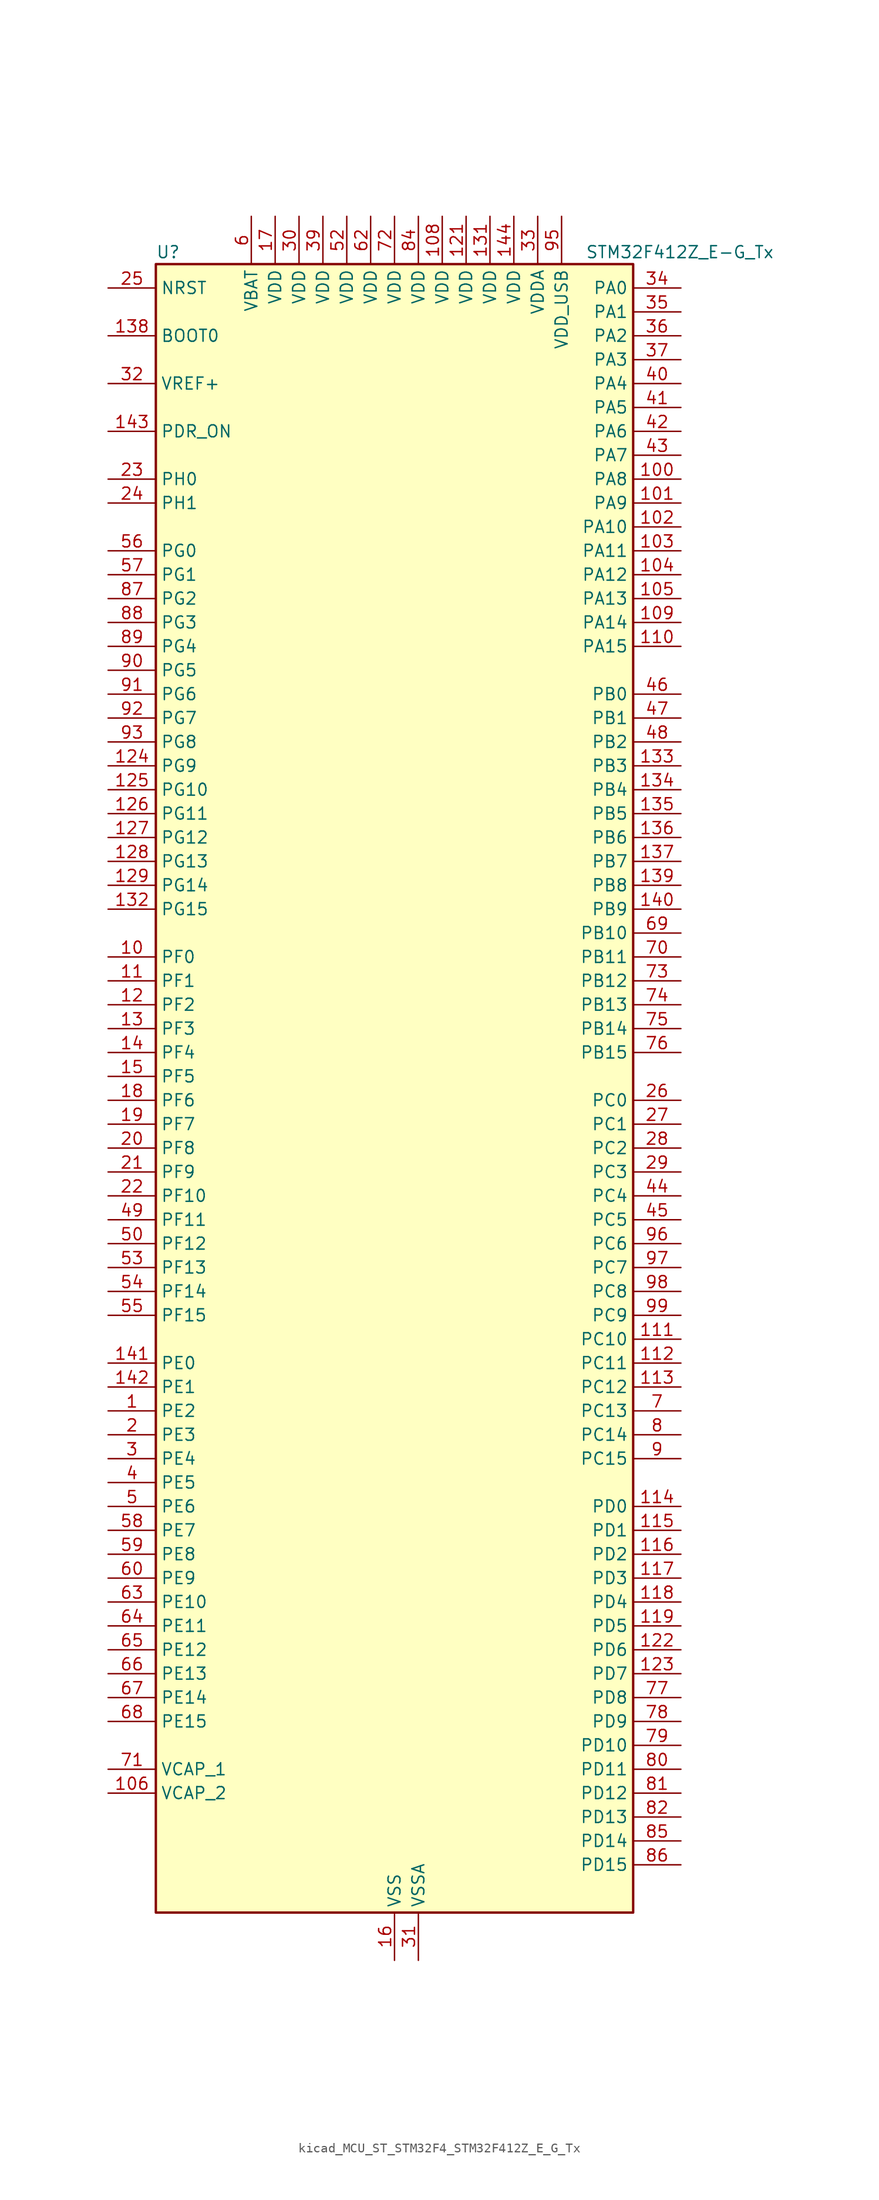
<source format=kicad_sym>
(kicad_symbol_lib
  (version 20220914)
  (generator kicad_symbol_editor)
  (symbol "kicad_MCU_ST_STM32F4_STM32F412Z_E_G_Tx"
    (property "Reference" "U"
      (at -25.4 90.17 0)
      (effects (font (size 1.27 1.27)) (justify left)))
    (property "Value" "STM32F412Z_E-G_Tx"
      (at 20.32 90.17 0)
      (effects (font (size 1.27 1.27)) (justify left)))
    (property "ki_locked" ""
      (at 0 0 0)
      (effects (font (size 1.27 1.27))))
    (symbol "kicad_MCU_ST_STM32F4_STM32F412Z_E_G_Tx_0_1"
      (rectangle (start -25.4 -86.36) (end 25.4 88.9) (stroke (width 0.254) (type default)) (fill (type background))))
    (symbol "kicad_MCU_ST_STM32F4_STM32F412Z_E_G_Tx_1_1"
      (pin bidirectional line (at -30.48 -33.02 0) (length 5.08) (name "PE2" (effects (font (size 1.27 1.27)))) (number "1" (effects (font (size 1.27 1.27)))) (alternate "FSMC_A23" bidirectional line) (alternate "I2S4_CK" bidirectional line) (alternate "I2S5_CK" bidirectional line) (alternate "QUADSPI_BK1_IO2" bidirectional line) (alternate "SPI4_SCK" bidirectional line) (alternate "SPI5_SCK" bidirectional line) (alternate "SYS_TRACECLK" bidirectional line))
      (pin bidirectional line (at -30.48 15.24 0) (length 5.08) (name "PF0" (effects (font (size 1.27 1.27)))) (number "10" (effects (font (size 1.27 1.27)))) (alternate "FSMC_A0" bidirectional line) (alternate "I2C2_SDA" bidirectional line))
      (pin bidirectional line (at 30.48 66.04 180) (length 5.08) (name "PA8" (effects (font (size 1.27 1.27)))) (number "100" (effects (font (size 1.27 1.27)))) (alternate "I2C3_SCL" bidirectional line) (alternate "RCC_MCO_1" bidirectional line) (alternate "SDIO_D1" bidirectional line) (alternate "TIM1_CH1" bidirectional line) (alternate "USART1_CK" bidirectional line) (alternate "USB_OTG_FS_SOF" bidirectional line))
      (pin bidirectional line (at 30.48 63.5 180) (length 5.08) (name "PA9" (effects (font (size 1.27 1.27)))) (number "101" (effects (font (size 1.27 1.27)))) (alternate "I2C3_SMBA" bidirectional line) (alternate "SDIO_D2" bidirectional line) (alternate "TIM1_CH2" bidirectional line) (alternate "USART1_TX" bidirectional line) (alternate "USB_OTG_FS_VBUS" bidirectional line))
      (pin bidirectional line (at 30.48 60.96 180) (length 5.08) (name "PA10" (effects (font (size 1.27 1.27)))) (number "102" (effects (font (size 1.27 1.27)))) (alternate "I2S5_SD" bidirectional line) (alternate "SPI5_MOSI" bidirectional line) (alternate "TIM1_CH3" bidirectional line) (alternate "USART1_RX" bidirectional line) (alternate "USB_OTG_FS_ID" bidirectional line))
      (pin bidirectional line (at 30.48 58.42 180) (length 5.08) (name "PA11" (effects (font (size 1.27 1.27)))) (number "103" (effects (font (size 1.27 1.27)))) (alternate "ADC1_EXTI11" bidirectional line) (alternate "CAN1_RX" bidirectional line) (alternate "SPI4_MISO" bidirectional line) (alternate "TIM1_CH4" bidirectional line) (alternate "USART1_CTS" bidirectional line) (alternate "USART6_TX" bidirectional line) (alternate "USB_OTG_FS_DM" bidirectional line))
      (pin bidirectional line (at 30.48 55.88 180) (length 5.08) (name "PA12" (effects (font (size 1.27 1.27)))) (number "104" (effects (font (size 1.27 1.27)))) (alternate "CAN1_TX" bidirectional line) (alternate "SPI5_MISO" bidirectional line) (alternate "TIM1_ETR" bidirectional line) (alternate "USART1_RTS" bidirectional line) (alternate "USART6_RX" bidirectional line) (alternate "USB_OTG_FS_DP" bidirectional line))
      (pin bidirectional line (at 30.48 53.34 180) (length 5.08) (name "PA13" (effects (font (size 1.27 1.27)))) (number "105" (effects (font (size 1.27 1.27)))) (alternate "SYS_JTMS-SWDIO" bidirectional line))
      (pin power_out line (at -30.48 -73.66 0) (length 5.08) (name "VCAP_2" (effects (font (size 1.27 1.27)))) (number "106" (effects (font (size 1.27 1.27)))))
      (pin passive line (at 0 -91.44 90) (length 5.08) hide (name "VSS" (effects (font (size 1.27 1.27)))) (number "107" (effects (font (size 1.27 1.27)))))
      (pin power_in line (at 5.08 93.98 270) (length 5.08) (name "VDD" (effects (font (size 1.27 1.27)))) (number "108" (effects (font (size 1.27 1.27)))))
      (pin bidirectional line (at 30.48 50.8 180) (length 5.08) (name "PA14" (effects (font (size 1.27 1.27)))) (number "109" (effects (font (size 1.27 1.27)))) (alternate "SYS_JTCK-SWCLK" bidirectional line))
      (pin bidirectional line (at -30.48 12.7 0) (length 5.08) (name "PF1" (effects (font (size 1.27 1.27)))) (number "11" (effects (font (size 1.27 1.27)))) (alternate "FSMC_A1" bidirectional line) (alternate "I2C2_SCL" bidirectional line))
      (pin bidirectional line (at 30.48 48.26 180) (length 5.08) (name "PA15" (effects (font (size 1.27 1.27)))) (number "110" (effects (font (size 1.27 1.27)))) (alternate "ADC1_EXTI15" bidirectional line) (alternate "I2S1_WS" bidirectional line) (alternate "I2S3_WS" bidirectional line) (alternate "SPI1_NSS" bidirectional line) (alternate "SPI3_NSS" bidirectional line) (alternate "SYS_JTDI" bidirectional line) (alternate "TIM2_CH1" bidirectional line) (alternate "TIM2_ETR" bidirectional line) (alternate "USART1_TX" bidirectional line))
      (pin bidirectional line (at 30.48 -25.4 180) (length 5.08) (name "PC10" (effects (font (size 1.27 1.27)))) (number "111" (effects (font (size 1.27 1.27)))) (alternate "I2S3_CK" bidirectional line) (alternate "QUADSPI_BK1_IO1" bidirectional line) (alternate "SDIO_D2" bidirectional line) (alternate "SPI3_SCK" bidirectional line) (alternate "USART3_TX" bidirectional line))
      (pin bidirectional line (at 30.48 -27.94 180) (length 5.08) (name "PC11" (effects (font (size 1.27 1.27)))) (number "112" (effects (font (size 1.27 1.27)))) (alternate "ADC1_EXTI11" bidirectional line) (alternate "FSMC_D2" bidirectional line) (alternate "FSMC_DA2" bidirectional line) (alternate "I2S3_ext_SD" bidirectional line) (alternate "QUADSPI_BK2_NCS" bidirectional line) (alternate "SDIO_D3" bidirectional line) (alternate "SPI3_MISO" bidirectional line) (alternate "USART3_RX" bidirectional line))
      (pin bidirectional line (at 30.48 -30.48 180) (length 5.08) (name "PC12" (effects (font (size 1.27 1.27)))) (number "113" (effects (font (size 1.27 1.27)))) (alternate "FSMC_D3" bidirectional line) (alternate "FSMC_DA3" bidirectional line) (alternate "I2S3_SD" bidirectional line) (alternate "SDIO_CK" bidirectional line) (alternate "SPI3_MOSI" bidirectional line) (alternate "USART3_CK" bidirectional line))
      (pin bidirectional line (at 30.48 -43.18 180) (length 5.08) (name "PD0" (effects (font (size 1.27 1.27)))) (number "114" (effects (font (size 1.27 1.27)))) (alternate "CAN1_RX" bidirectional line) (alternate "FSMC_D2" bidirectional line) (alternate "FSMC_DA2" bidirectional line))
      (pin bidirectional line (at 30.48 -45.72 180) (length 5.08) (name "PD1" (effects (font (size 1.27 1.27)))) (number "115" (effects (font (size 1.27 1.27)))) (alternate "CAN1_TX" bidirectional line) (alternate "FSMC_D3" bidirectional line) (alternate "FSMC_DA3" bidirectional line))
      (pin bidirectional line (at 30.48 -48.26 180) (length 5.08) (name "PD2" (effects (font (size 1.27 1.27)))) (number "116" (effects (font (size 1.27 1.27)))) (alternate "FSMC_NWE" bidirectional line) (alternate "SDIO_CMD" bidirectional line) (alternate "TIM3_ETR" bidirectional line))
      (pin bidirectional line (at 30.48 -50.8 180) (length 5.08) (name "PD3" (effects (font (size 1.27 1.27)))) (number "117" (effects (font (size 1.27 1.27)))) (alternate "DFSDM1_DATIN0" bidirectional line) (alternate "FSMC_CLK" bidirectional line) (alternate "I2S2_CK" bidirectional line) (alternate "QUADSPI_CLK" bidirectional line) (alternate "SPI2_SCK" bidirectional line) (alternate "SYS_TRACED1" bidirectional line) (alternate "USART2_CTS" bidirectional line))
      (pin bidirectional line (at 30.48 -53.34 180) (length 5.08) (name "PD4" (effects (font (size 1.27 1.27)))) (number "118" (effects (font (size 1.27 1.27)))) (alternate "DFSDM1_CKIN0" bidirectional line) (alternate "FSMC_NOE" bidirectional line) (alternate "USART2_RTS" bidirectional line))
      (pin bidirectional line (at 30.48 -55.88 180) (length 5.08) (name "PD5" (effects (font (size 1.27 1.27)))) (number "119" (effects (font (size 1.27 1.27)))) (alternate "FSMC_NWE" bidirectional line) (alternate "USART2_TX" bidirectional line))
      (pin bidirectional line (at -30.48 10.16 0) (length 5.08) (name "PF2" (effects (font (size 1.27 1.27)))) (number "12" (effects (font (size 1.27 1.27)))) (alternate "FSMC_A2" bidirectional line) (alternate "I2C2_SMBA" bidirectional line))
      (pin passive line (at 0 -91.44 90) (length 5.08) hide (name "VSS" (effects (font (size 1.27 1.27)))) (number "120" (effects (font (size 1.27 1.27)))))
      (pin power_in line (at 7.62 93.98 270) (length 5.08) (name "VDD" (effects (font (size 1.27 1.27)))) (number "121" (effects (font (size 1.27 1.27)))))
      (pin bidirectional line (at 30.48 -58.42 180) (length 5.08) (name "PD6" (effects (font (size 1.27 1.27)))) (number "122" (effects (font (size 1.27 1.27)))) (alternate "DFSDM1_DATIN1" bidirectional line) (alternate "FSMC_NWAIT" bidirectional line) (alternate "I2S3_SD" bidirectional line) (alternate "SPI3_MOSI" bidirectional line) (alternate "USART2_RX" bidirectional line))
      (pin bidirectional line (at 30.48 -60.96 180) (length 5.08) (name "PD7" (effects (font (size 1.27 1.27)))) (number "123" (effects (font (size 1.27 1.27)))) (alternate "DFSDM1_CKIN1" bidirectional line) (alternate "FSMC_NE1" bidirectional line) (alternate "USART2_CK" bidirectional line))
      (pin bidirectional line (at -30.48 35.56 0) (length 5.08) (name "PG9" (effects (font (size 1.27 1.27)))) (number "124" (effects (font (size 1.27 1.27)))) (alternate "FSMC_NE2" bidirectional line) (alternate "QUADSPI_BK2_IO2" bidirectional line) (alternate "USART6_RX" bidirectional line))
      (pin bidirectional line (at -30.48 33.02 0) (length 5.08) (name "PG10" (effects (font (size 1.27 1.27)))) (number "125" (effects (font (size 1.27 1.27)))) (alternate "FSMC_NE3" bidirectional line))
      (pin bidirectional line (at -30.48 30.48 0) (length 5.08) (name "PG11" (effects (font (size 1.27 1.27)))) (number "126" (effects (font (size 1.27 1.27)))) (alternate "ADC1_EXTI11" bidirectional line) (alternate "CAN2_RX" bidirectional line))
      (pin bidirectional line (at -30.48 27.94 0) (length 5.08) (name "PG12" (effects (font (size 1.27 1.27)))) (number "127" (effects (font (size 1.27 1.27)))) (alternate "CAN2_TX" bidirectional line) (alternate "FSMC_NE4" bidirectional line) (alternate "USART6_RTS" bidirectional line))
      (pin bidirectional line (at -30.48 25.4 0) (length 5.08) (name "PG13" (effects (font (size 1.27 1.27)))) (number "128" (effects (font (size 1.27 1.27)))) (alternate "FSMC_A24" bidirectional line) (alternate "SYS_TRACED2" bidirectional line) (alternate "USART6_CTS" bidirectional line))
      (pin bidirectional line (at -30.48 22.86 0) (length 5.08) (name "PG14" (effects (font (size 1.27 1.27)))) (number "129" (effects (font (size 1.27 1.27)))) (alternate "FSMC_A25" bidirectional line) (alternate "QUADSPI_BK2_IO3" bidirectional line) (alternate "SYS_TRACED3" bidirectional line) (alternate "USART6_TX" bidirectional line))
      (pin bidirectional line (at -30.48 7.62 0) (length 5.08) (name "PF3" (effects (font (size 1.27 1.27)))) (number "13" (effects (font (size 1.27 1.27)))) (alternate "FSMC_A3" bidirectional line) (alternate "TIM5_CH1" bidirectional line))
      (pin passive line (at 0 -91.44 90) (length 5.08) hide (name "VSS" (effects (font (size 1.27 1.27)))) (number "130" (effects (font (size 1.27 1.27)))))
      (pin power_in line (at 10.16 93.98 270) (length 5.08) (name "VDD" (effects (font (size 1.27 1.27)))) (number "131" (effects (font (size 1.27 1.27)))))
      (pin bidirectional line (at -30.48 20.32 0) (length 5.08) (name "PG15" (effects (font (size 1.27 1.27)))) (number "132" (effects (font (size 1.27 1.27)))) (alternate "ADC1_EXTI15" bidirectional line) (alternate "USART6_CTS" bidirectional line))
      (pin bidirectional line (at 30.48 35.56 180) (length 5.08) (name "PB3" (effects (font (size 1.27 1.27)))) (number "133" (effects (font (size 1.27 1.27)))) (alternate "FMPI2C1_SDA" bidirectional line) (alternate "I2C2_SDA" bidirectional line) (alternate "I2S1_CK" bidirectional line) (alternate "I2S3_CK" bidirectional line) (alternate "SPI1_SCK" bidirectional line) (alternate "SPI3_SCK" bidirectional line) (alternate "SYS_JTDO-SWO" bidirectional line) (alternate "TIM2_CH2" bidirectional line) (alternate "USART1_RX" bidirectional line))
      (pin bidirectional line (at 30.48 33.02 180) (length 5.08) (name "PB4" (effects (font (size 1.27 1.27)))) (number "134" (effects (font (size 1.27 1.27)))) (alternate "I2C3_SDA" bidirectional line) (alternate "I2S3_ext_SD" bidirectional line) (alternate "SDIO_D0" bidirectional line) (alternate "SPI1_MISO" bidirectional line) (alternate "SPI3_MISO" bidirectional line) (alternate "SYS_JTRST" bidirectional line) (alternate "TIM3_CH1" bidirectional line))
      (pin bidirectional line (at 30.48 30.48 180) (length 5.08) (name "PB5" (effects (font (size 1.27 1.27)))) (number "135" (effects (font (size 1.27 1.27)))) (alternate "CAN2_RX" bidirectional line) (alternate "I2C1_SMBA" bidirectional line) (alternate "I2S1_SD" bidirectional line) (alternate "I2S3_SD" bidirectional line) (alternate "SDIO_D3" bidirectional line) (alternate "SPI1_MOSI" bidirectional line) (alternate "SPI3_MOSI" bidirectional line) (alternate "TIM3_CH2" bidirectional line))
      (pin bidirectional line (at 30.48 27.94 180) (length 5.08) (name "PB6" (effects (font (size 1.27 1.27)))) (number "136" (effects (font (size 1.27 1.27)))) (alternate "CAN2_TX" bidirectional line) (alternate "I2C1_SCL" bidirectional line) (alternate "QUADSPI_BK1_NCS" bidirectional line) (alternate "SDIO_D0" bidirectional line) (alternate "TIM4_CH1" bidirectional line) (alternate "USART1_TX" bidirectional line))
      (pin bidirectional line (at 30.48 25.4 180) (length 5.08) (name "PB7" (effects (font (size 1.27 1.27)))) (number "137" (effects (font (size 1.27 1.27)))) (alternate "FSMC_NL" bidirectional line) (alternate "I2C1_SDA" bidirectional line) (alternate "TIM4_CH2" bidirectional line) (alternate "USART1_RX" bidirectional line))
      (pin input line (at -30.48 81.28 0) (length 5.08) (name "BOOT0" (effects (font (size 1.27 1.27)))) (number "138" (effects (font (size 1.27 1.27)))))
      (pin bidirectional line (at 30.48 22.86 180) (length 5.08) (name "PB8" (effects (font (size 1.27 1.27)))) (number "139" (effects (font (size 1.27 1.27)))) (alternate "CAN1_RX" bidirectional line) (alternate "I2C1_SCL" bidirectional line) (alternate "I2C3_SDA" bidirectional line) (alternate "I2S5_SD" bidirectional line) (alternate "SDIO_D4" bidirectional line) (alternate "SPI5_MOSI" bidirectional line) (alternate "TIM10_CH1" bidirectional line) (alternate "TIM4_CH3" bidirectional line))
      (pin bidirectional line (at -30.48 5.08 0) (length 5.08) (name "PF4" (effects (font (size 1.27 1.27)))) (number "14" (effects (font (size 1.27 1.27)))) (alternate "FSMC_A4" bidirectional line) (alternate "TIM5_CH2" bidirectional line))
      (pin bidirectional line (at 30.48 20.32 180) (length 5.08) (name "PB9" (effects (font (size 1.27 1.27)))) (number "140" (effects (font (size 1.27 1.27)))) (alternate "CAN1_TX" bidirectional line) (alternate "I2C1_SDA" bidirectional line) (alternate "I2C2_SDA" bidirectional line) (alternate "I2S2_WS" bidirectional line) (alternate "SDIO_D5" bidirectional line) (alternate "SPI2_NSS" bidirectional line) (alternate "TIM11_CH1" bidirectional line) (alternate "TIM4_CH4" bidirectional line))
      (pin bidirectional line (at -30.48 -27.94 0) (length 5.08) (name "PE0" (effects (font (size 1.27 1.27)))) (number "141" (effects (font (size 1.27 1.27)))) (alternate "FSMC_NBL0" bidirectional line) (alternate "TIM4_ETR" bidirectional line))
      (pin bidirectional line (at -30.48 -30.48 0) (length 5.08) (name "PE1" (effects (font (size 1.27 1.27)))) (number "142" (effects (font (size 1.27 1.27)))) (alternate "FSMC_NBL1" bidirectional line))
      (pin input line (at -30.48 71.12 0) (length 5.08) (name "PDR_ON" (effects (font (size 1.27 1.27)))) (number "143" (effects (font (size 1.27 1.27)))))
      (pin power_in line (at 12.7 93.98 270) (length 5.08) (name "VDD" (effects (font (size 1.27 1.27)))) (number "144" (effects (font (size 1.27 1.27)))))
      (pin bidirectional line (at -30.48 2.54 0) (length 5.08) (name "PF5" (effects (font (size 1.27 1.27)))) (number "15" (effects (font (size 1.27 1.27)))) (alternate "FSMC_A5" bidirectional line) (alternate "TIM5_CH3" bidirectional line))
      (pin power_in line (at 0 -91.44 90) (length 5.08) (name "VSS" (effects (font (size 1.27 1.27)))) (number "16" (effects (font (size 1.27 1.27)))))
      (pin power_in line (at -12.7 93.98 270) (length 5.08) (name "VDD" (effects (font (size 1.27 1.27)))) (number "17" (effects (font (size 1.27 1.27)))))
      (pin bidirectional line (at -30.48 0 0) (length 5.08) (name "PF6" (effects (font (size 1.27 1.27)))) (number "18" (effects (font (size 1.27 1.27)))) (alternate "QUADSPI_BK1_IO3" bidirectional line) (alternate "SYS_TRACED0" bidirectional line) (alternate "TIM10_CH1" bidirectional line))
      (pin bidirectional line (at -30.48 -2.54 0) (length 5.08) (name "PF7" (effects (font (size 1.27 1.27)))) (number "19" (effects (font (size 1.27 1.27)))) (alternate "QUADSPI_BK1_IO2" bidirectional line) (alternate "SYS_TRACED1" bidirectional line) (alternate "TIM11_CH1" bidirectional line))
      (pin bidirectional line (at -30.48 -35.56 0) (length 5.08) (name "PE3" (effects (font (size 1.27 1.27)))) (number "2" (effects (font (size 1.27 1.27)))) (alternate "FSMC_A19" bidirectional line) (alternate "SYS_TRACED0" bidirectional line))
      (pin bidirectional line (at -30.48 -5.08 0) (length 5.08) (name "PF8" (effects (font (size 1.27 1.27)))) (number "20" (effects (font (size 1.27 1.27)))) (alternate "QUADSPI_BK1_IO0" bidirectional line) (alternate "TIM13_CH1" bidirectional line))
      (pin bidirectional line (at -30.48 -7.62 0) (length 5.08) (name "PF9" (effects (font (size 1.27 1.27)))) (number "21" (effects (font (size 1.27 1.27)))) (alternate "QUADSPI_BK1_IO1" bidirectional line) (alternate "TIM14_CH1" bidirectional line))
      (pin bidirectional line (at -30.48 -10.16 0) (length 5.08) (name "PF10" (effects (font (size 1.27 1.27)))) (number "22" (effects (font (size 1.27 1.27)))) (alternate "TIM1_ETR" bidirectional line) (alternate "TIM5_CH4" bidirectional line))
      (pin bidirectional line (at -30.48 66.04 0) (length 5.08) (name "PH0" (effects (font (size 1.27 1.27)))) (number "23" (effects (font (size 1.27 1.27)))) (alternate "RCC_OSC_IN" bidirectional line))
      (pin bidirectional line (at -30.48 63.5 0) (length 5.08) (name "PH1" (effects (font (size 1.27 1.27)))) (number "24" (effects (font (size 1.27 1.27)))) (alternate "RCC_OSC_OUT" bidirectional line))
      (pin input line (at -30.48 86.36 0) (length 5.08) (name "NRST" (effects (font (size 1.27 1.27)))) (number "25" (effects (font (size 1.27 1.27)))))
      (pin bidirectional line (at 30.48 0 180) (length 5.08) (name "PC0" (effects (font (size 1.27 1.27)))) (number "26" (effects (font (size 1.27 1.27)))) (alternate "ADC1_IN10" bidirectional line) (alternate "SYS_WKUP2" bidirectional line))
      (pin bidirectional line (at 30.48 -2.54 180) (length 5.08) (name "PC1" (effects (font (size 1.27 1.27)))) (number "27" (effects (font (size 1.27 1.27)))) (alternate "ADC1_IN11" bidirectional line) (alternate "SYS_WKUP3" bidirectional line))
      (pin bidirectional line (at 30.48 -5.08 180) (length 5.08) (name "PC2" (effects (font (size 1.27 1.27)))) (number "28" (effects (font (size 1.27 1.27)))) (alternate "ADC1_IN12" bidirectional line) (alternate "DFSDM1_CKOUT" bidirectional line) (alternate "FSMC_NWE" bidirectional line) (alternate "I2S2_ext_SD" bidirectional line) (alternate "SPI2_MISO" bidirectional line))
      (pin bidirectional line (at 30.48 -7.62 180) (length 5.08) (name "PC3" (effects (font (size 1.27 1.27)))) (number "29" (effects (font (size 1.27 1.27)))) (alternate "ADC1_IN13" bidirectional line) (alternate "FSMC_A0" bidirectional line) (alternate "I2S2_SD" bidirectional line) (alternate "SPI2_MOSI" bidirectional line))
      (pin bidirectional line (at -30.48 -38.1 0) (length 5.08) (name "PE4" (effects (font (size 1.27 1.27)))) (number "3" (effects (font (size 1.27 1.27)))) (alternate "DFSDM1_DATIN3" bidirectional line) (alternate "FSMC_A20" bidirectional line) (alternate "I2S4_WS" bidirectional line) (alternate "I2S5_WS" bidirectional line) (alternate "SPI4_NSS" bidirectional line) (alternate "SPI5_NSS" bidirectional line) (alternate "SYS_TRACED1" bidirectional line))
      (pin power_in line (at -10.16 93.98 270) (length 5.08) (name "VDD" (effects (font (size 1.27 1.27)))) (number "30" (effects (font (size 1.27 1.27)))))
      (pin power_in line (at 2.54 -91.44 90) (length 5.08) (name "VSSA" (effects (font (size 1.27 1.27)))) (number "31" (effects (font (size 1.27 1.27)))))
      (pin input line (at -30.48 76.2 0) (length 5.08) (name "VREF+" (effects (font (size 1.27 1.27)))) (number "32" (effects (font (size 1.27 1.27)))))
      (pin power_in line (at 15.24 93.98 270) (length 5.08) (name "VDDA" (effects (font (size 1.27 1.27)))) (number "33" (effects (font (size 1.27 1.27)))))
      (pin bidirectional line (at 30.48 86.36 180) (length 5.08) (name "PA0" (effects (font (size 1.27 1.27)))) (number "34" (effects (font (size 1.27 1.27)))) (alternate "ADC1_IN0" bidirectional line) (alternate "SYS_WKUP1" bidirectional line) (alternate "TIM2_CH1" bidirectional line) (alternate "TIM2_ETR" bidirectional line) (alternate "TIM5_CH1" bidirectional line) (alternate "TIM8_ETR" bidirectional line) (alternate "USART2_CTS" bidirectional line))
      (pin bidirectional line (at 30.48 83.82 180) (length 5.08) (name "PA1" (effects (font (size 1.27 1.27)))) (number "35" (effects (font (size 1.27 1.27)))) (alternate "ADC1_IN1" bidirectional line) (alternate "I2S4_SD" bidirectional line) (alternate "QUADSPI_BK1_IO3" bidirectional line) (alternate "SPI4_MOSI" bidirectional line) (alternate "TIM2_CH2" bidirectional line) (alternate "TIM5_CH2" bidirectional line) (alternate "USART2_RTS" bidirectional line))
      (pin bidirectional line (at 30.48 81.28 180) (length 5.08) (name "PA2" (effects (font (size 1.27 1.27)))) (number "36" (effects (font (size 1.27 1.27)))) (alternate "ADC1_IN2" bidirectional line) (alternate "FSMC_D4" bidirectional line) (alternate "FSMC_DA4" bidirectional line) (alternate "I2S_CKIN" bidirectional line) (alternate "TIM2_CH3" bidirectional line) (alternate "TIM5_CH3" bidirectional line) (alternate "TIM9_CH1" bidirectional line) (alternate "USART2_TX" bidirectional line))
      (pin bidirectional line (at 30.48 78.74 180) (length 5.08) (name "PA3" (effects (font (size 1.27 1.27)))) (number "37" (effects (font (size 1.27 1.27)))) (alternate "ADC1_IN3" bidirectional line) (alternate "FSMC_D5" bidirectional line) (alternate "FSMC_DA5" bidirectional line) (alternate "I2S2_MCK" bidirectional line) (alternate "TIM2_CH4" bidirectional line) (alternate "TIM5_CH4" bidirectional line) (alternate "TIM9_CH2" bidirectional line) (alternate "USART2_RX" bidirectional line))
      (pin passive line (at 0 -91.44 90) (length 5.08) hide (name "VSS" (effects (font (size 1.27 1.27)))) (number "38" (effects (font (size 1.27 1.27)))))
      (pin power_in line (at -7.62 93.98 270) (length 5.08) (name "VDD" (effects (font (size 1.27 1.27)))) (number "39" (effects (font (size 1.27 1.27)))))
      (pin bidirectional line (at -30.48 -40.64 0) (length 5.08) (name "PE5" (effects (font (size 1.27 1.27)))) (number "4" (effects (font (size 1.27 1.27)))) (alternate "DFSDM1_CKIN3" bidirectional line) (alternate "FSMC_A21" bidirectional line) (alternate "SPI4_MISO" bidirectional line) (alternate "SPI5_MISO" bidirectional line) (alternate "SYS_TRACED2" bidirectional line) (alternate "TIM9_CH1" bidirectional line))
      (pin bidirectional line (at 30.48 76.2 180) (length 5.08) (name "PA4" (effects (font (size 1.27 1.27)))) (number "40" (effects (font (size 1.27 1.27)))) (alternate "ADC1_IN4" bidirectional line) (alternate "DFSDM1_DATIN1" bidirectional line) (alternate "FSMC_D6" bidirectional line) (alternate "FSMC_DA6" bidirectional line) (alternate "I2S1_WS" bidirectional line) (alternate "I2S3_WS" bidirectional line) (alternate "SPI1_NSS" bidirectional line) (alternate "SPI3_NSS" bidirectional line) (alternate "USART2_CK" bidirectional line))
      (pin bidirectional line (at 30.48 73.66 180) (length 5.08) (name "PA5" (effects (font (size 1.27 1.27)))) (number "41" (effects (font (size 1.27 1.27)))) (alternate "ADC1_IN5" bidirectional line) (alternate "DFSDM1_CKIN1" bidirectional line) (alternate "FSMC_D7" bidirectional line) (alternate "FSMC_DA7" bidirectional line) (alternate "I2S1_CK" bidirectional line) (alternate "SPI1_SCK" bidirectional line) (alternate "TIM2_CH1" bidirectional line) (alternate "TIM2_ETR" bidirectional line) (alternate "TIM8_CH1N" bidirectional line))
      (pin bidirectional line (at 30.48 71.12 180) (length 5.08) (name "PA6" (effects (font (size 1.27 1.27)))) (number "42" (effects (font (size 1.27 1.27)))) (alternate "ADC1_IN6" bidirectional line) (alternate "I2S2_MCK" bidirectional line) (alternate "QUADSPI_BK2_IO0" bidirectional line) (alternate "SDIO_CMD" bidirectional line) (alternate "SPI1_MISO" bidirectional line) (alternate "TIM13_CH1" bidirectional line) (alternate "TIM1_BKIN" bidirectional line) (alternate "TIM3_CH1" bidirectional line) (alternate "TIM8_BKIN" bidirectional line))
      (pin bidirectional line (at 30.48 68.58 180) (length 5.08) (name "PA7" (effects (font (size 1.27 1.27)))) (number "43" (effects (font (size 1.27 1.27)))) (alternate "ADC1_IN7" bidirectional line) (alternate "I2S1_SD" bidirectional line) (alternate "QUADSPI_BK2_IO1" bidirectional line) (alternate "SPI1_MOSI" bidirectional line) (alternate "TIM14_CH1" bidirectional line) (alternate "TIM1_CH1N" bidirectional line) (alternate "TIM3_CH2" bidirectional line) (alternate "TIM8_CH1N" bidirectional line))
      (pin bidirectional line (at 30.48 -10.16 180) (length 5.08) (name "PC4" (effects (font (size 1.27 1.27)))) (number "44" (effects (font (size 1.27 1.27)))) (alternate "ADC1_IN14" bidirectional line) (alternate "FSMC_NE4" bidirectional line) (alternate "I2S1_MCK" bidirectional line) (alternate "QUADSPI_BK2_IO2" bidirectional line))
      (pin bidirectional line (at 30.48 -12.7 180) (length 5.08) (name "PC5" (effects (font (size 1.27 1.27)))) (number "45" (effects (font (size 1.27 1.27)))) (alternate "ADC1_IN15" bidirectional line) (alternate "FMPI2C1_SMBA" bidirectional line) (alternate "FSMC_NOE" bidirectional line) (alternate "QUADSPI_BK2_IO3" bidirectional line) (alternate "USART3_RX" bidirectional line))
      (pin bidirectional line (at 30.48 43.18 180) (length 5.08) (name "PB0" (effects (font (size 1.27 1.27)))) (number "46" (effects (font (size 1.27 1.27)))) (alternate "ADC1_IN8" bidirectional line) (alternate "I2S5_CK" bidirectional line) (alternate "SPI5_SCK" bidirectional line) (alternate "TIM1_CH2N" bidirectional line) (alternate "TIM3_CH3" bidirectional line) (alternate "TIM8_CH2N" bidirectional line))
      (pin bidirectional line (at 30.48 40.64 180) (length 5.08) (name "PB1" (effects (font (size 1.27 1.27)))) (number "47" (effects (font (size 1.27 1.27)))) (alternate "ADC1_IN9" bidirectional line) (alternate "DFSDM1_DATIN0" bidirectional line) (alternate "I2S5_WS" bidirectional line) (alternate "QUADSPI_CLK" bidirectional line) (alternate "SPI5_NSS" bidirectional line) (alternate "TIM1_CH3N" bidirectional line) (alternate "TIM3_CH4" bidirectional line) (alternate "TIM8_CH3N" bidirectional line))
      (pin bidirectional line (at 30.48 38.1 180) (length 5.08) (name "PB2" (effects (font (size 1.27 1.27)))) (number "48" (effects (font (size 1.27 1.27)))) (alternate "DFSDM1_CKIN0" bidirectional line) (alternate "QUADSPI_CLK" bidirectional line))
      (pin bidirectional line (at -30.48 -12.7 0) (length 5.08) (name "PF11" (effects (font (size 1.27 1.27)))) (number "49" (effects (font (size 1.27 1.27)))) (alternate "ADC1_EXTI11" bidirectional line) (alternate "TIM8_ETR" bidirectional line))
      (pin bidirectional line (at -30.48 -43.18 0) (length 5.08) (name "PE6" (effects (font (size 1.27 1.27)))) (number "5" (effects (font (size 1.27 1.27)))) (alternate "FSMC_A22" bidirectional line) (alternate "I2S4_SD" bidirectional line) (alternate "I2S5_SD" bidirectional line) (alternate "SPI4_MOSI" bidirectional line) (alternate "SPI5_MOSI" bidirectional line) (alternate "SYS_TRACED3" bidirectional line) (alternate "TIM9_CH2" bidirectional line))
      (pin bidirectional line (at -30.48 -15.24 0) (length 5.08) (name "PF12" (effects (font (size 1.27 1.27)))) (number "50" (effects (font (size 1.27 1.27)))) (alternate "FSMC_A6" bidirectional line) (alternate "TIM8_BKIN" bidirectional line))
      (pin passive line (at 0 -91.44 90) (length 5.08) hide (name "VSS" (effects (font (size 1.27 1.27)))) (number "51" (effects (font (size 1.27 1.27)))))
      (pin power_in line (at -5.08 93.98 270) (length 5.08) (name "VDD" (effects (font (size 1.27 1.27)))) (number "52" (effects (font (size 1.27 1.27)))))
      (pin bidirectional line (at -30.48 -17.78 0) (length 5.08) (name "PF13" (effects (font (size 1.27 1.27)))) (number "53" (effects (font (size 1.27 1.27)))) (alternate "FMPI2C1_SMBA" bidirectional line) (alternate "FSMC_A7" bidirectional line))
      (pin bidirectional line (at -30.48 -20.32 0) (length 5.08) (name "PF14" (effects (font (size 1.27 1.27)))) (number "54" (effects (font (size 1.27 1.27)))) (alternate "FMPI2C1_SCL" bidirectional line) (alternate "FSMC_A8" bidirectional line))
      (pin bidirectional line (at -30.48 -22.86 0) (length 5.08) (name "PF15" (effects (font (size 1.27 1.27)))) (number "55" (effects (font (size 1.27 1.27)))) (alternate "ADC1_EXTI15" bidirectional line) (alternate "FMPI2C1_SDA" bidirectional line) (alternate "FSMC_A9" bidirectional line))
      (pin bidirectional line (at -30.48 58.42 0) (length 5.08) (name "PG0" (effects (font (size 1.27 1.27)))) (number "56" (effects (font (size 1.27 1.27)))) (alternate "CAN1_RX" bidirectional line) (alternate "FSMC_A10" bidirectional line))
      (pin bidirectional line (at -30.48 55.88 0) (length 5.08) (name "PG1" (effects (font (size 1.27 1.27)))) (number "57" (effects (font (size 1.27 1.27)))) (alternate "CAN1_TX" bidirectional line) (alternate "FSMC_A11" bidirectional line))
      (pin bidirectional line (at -30.48 -45.72 0) (length 5.08) (name "PE7" (effects (font (size 1.27 1.27)))) (number "58" (effects (font (size 1.27 1.27)))) (alternate "DFSDM1_DATIN2" bidirectional line) (alternate "FSMC_D4" bidirectional line) (alternate "FSMC_DA4" bidirectional line) (alternate "QUADSPI_BK2_IO0" bidirectional line) (alternate "TIM1_ETR" bidirectional line))
      (pin bidirectional line (at -30.48 -48.26 0) (length 5.08) (name "PE8" (effects (font (size 1.27 1.27)))) (number "59" (effects (font (size 1.27 1.27)))) (alternate "DFSDM1_CKIN2" bidirectional line) (alternate "FSMC_D5" bidirectional line) (alternate "FSMC_DA5" bidirectional line) (alternate "QUADSPI_BK2_IO1" bidirectional line) (alternate "TIM1_CH1N" bidirectional line))
      (pin power_in line (at -15.24 93.98 270) (length 5.08) (name "VBAT" (effects (font (size 1.27 1.27)))) (number "6" (effects (font (size 1.27 1.27)))))
      (pin bidirectional line (at -30.48 -50.8 0) (length 5.08) (name "PE9" (effects (font (size 1.27 1.27)))) (number "60" (effects (font (size 1.27 1.27)))) (alternate "DFSDM1_CKOUT" bidirectional line) (alternate "FSMC_D6" bidirectional line) (alternate "FSMC_DA6" bidirectional line) (alternate "QUADSPI_BK2_IO2" bidirectional line) (alternate "TIM1_CH1" bidirectional line))
      (pin passive line (at 0 -91.44 90) (length 5.08) hide (name "VSS" (effects (font (size 1.27 1.27)))) (number "61" (effects (font (size 1.27 1.27)))))
      (pin power_in line (at -2.54 93.98 270) (length 5.08) (name "VDD" (effects (font (size 1.27 1.27)))) (number "62" (effects (font (size 1.27 1.27)))))
      (pin bidirectional line (at -30.48 -53.34 0) (length 5.08) (name "PE10" (effects (font (size 1.27 1.27)))) (number "63" (effects (font (size 1.27 1.27)))) (alternate "FSMC_D7" bidirectional line) (alternate "FSMC_DA7" bidirectional line) (alternate "QUADSPI_BK2_IO3" bidirectional line) (alternate "TIM1_CH2N" bidirectional line))
      (pin bidirectional line (at -30.48 -55.88 0) (length 5.08) (name "PE11" (effects (font (size 1.27 1.27)))) (number "64" (effects (font (size 1.27 1.27)))) (alternate "ADC1_EXTI11" bidirectional line) (alternate "FSMC_D8" bidirectional line) (alternate "FSMC_DA8" bidirectional line) (alternate "I2S4_WS" bidirectional line) (alternate "I2S5_WS" bidirectional line) (alternate "SPI4_NSS" bidirectional line) (alternate "SPI5_NSS" bidirectional line) (alternate "TIM1_CH2" bidirectional line))
      (pin bidirectional line (at -30.48 -58.42 0) (length 5.08) (name "PE12" (effects (font (size 1.27 1.27)))) (number "65" (effects (font (size 1.27 1.27)))) (alternate "FSMC_D9" bidirectional line) (alternate "FSMC_DA9" bidirectional line) (alternate "I2S4_CK" bidirectional line) (alternate "I2S5_CK" bidirectional line) (alternate "SPI4_SCK" bidirectional line) (alternate "SPI5_SCK" bidirectional line) (alternate "TIM1_CH3N" bidirectional line))
      (pin bidirectional line (at -30.48 -60.96 0) (length 5.08) (name "PE13" (effects (font (size 1.27 1.27)))) (number "66" (effects (font (size 1.27 1.27)))) (alternate "FSMC_D10" bidirectional line) (alternate "FSMC_DA10" bidirectional line) (alternate "SPI4_MISO" bidirectional line) (alternate "SPI5_MISO" bidirectional line) (alternate "TIM1_CH3" bidirectional line))
      (pin bidirectional line (at -30.48 -63.5 0) (length 5.08) (name "PE14" (effects (font (size 1.27 1.27)))) (number "67" (effects (font (size 1.27 1.27)))) (alternate "FSMC_D11" bidirectional line) (alternate "FSMC_DA11" bidirectional line) (alternate "I2S4_SD" bidirectional line) (alternate "I2S5_SD" bidirectional line) (alternate "SPI4_MOSI" bidirectional line) (alternate "SPI5_MOSI" bidirectional line) (alternate "TIM1_CH4" bidirectional line))
      (pin bidirectional line (at -30.48 -66.04 0) (length 5.08) (name "PE15" (effects (font (size 1.27 1.27)))) (number "68" (effects (font (size 1.27 1.27)))) (alternate "ADC1_EXTI15" bidirectional line) (alternate "FSMC_D12" bidirectional line) (alternate "FSMC_DA12" bidirectional line) (alternate "TIM1_BKIN" bidirectional line))
      (pin bidirectional line (at 30.48 17.78 180) (length 5.08) (name "PB10" (effects (font (size 1.27 1.27)))) (number "69" (effects (font (size 1.27 1.27)))) (alternate "FMPI2C1_SCL" bidirectional line) (alternate "I2C2_SCL" bidirectional line) (alternate "I2S2_CK" bidirectional line) (alternate "I2S3_MCK" bidirectional line) (alternate "SDIO_D7" bidirectional line) (alternate "SPI2_SCK" bidirectional line) (alternate "TIM2_CH3" bidirectional line) (alternate "USART3_TX" bidirectional line))
      (pin bidirectional line (at 30.48 -33.02 180) (length 5.08) (name "PC13" (effects (font (size 1.27 1.27)))) (number "7" (effects (font (size 1.27 1.27)))) (alternate "RTC_AF1" bidirectional line))
      (pin bidirectional line (at 30.48 15.24 180) (length 5.08) (name "PB11" (effects (font (size 1.27 1.27)))) (number "70" (effects (font (size 1.27 1.27)))) (alternate "ADC1_EXTI11" bidirectional line) (alternate "I2C2_SDA" bidirectional line) (alternate "I2S_CKIN" bidirectional line) (alternate "TIM2_CH4" bidirectional line) (alternate "USART3_RX" bidirectional line))
      (pin power_out line (at -30.48 -71.12 0) (length 5.08) (name "VCAP_1" (effects (font (size 1.27 1.27)))) (number "71" (effects (font (size 1.27 1.27)))))
      (pin power_in line (at 0 93.98 270) (length 5.08) (name "VDD" (effects (font (size 1.27 1.27)))) (number "72" (effects (font (size 1.27 1.27)))))
      (pin bidirectional line (at 30.48 12.7 180) (length 5.08) (name "PB12" (effects (font (size 1.27 1.27)))) (number "73" (effects (font (size 1.27 1.27)))) (alternate "CAN2_RX" bidirectional line) (alternate "DFSDM1_DATIN1" bidirectional line) (alternate "FSMC_D13" bidirectional line) (alternate "FSMC_DA13" bidirectional line) (alternate "I2C2_SMBA" bidirectional line) (alternate "I2S2_WS" bidirectional line) (alternate "I2S3_CK" bidirectional line) (alternate "I2S4_WS" bidirectional line) (alternate "SPI2_NSS" bidirectional line) (alternate "SPI3_SCK" bidirectional line) (alternate "SPI4_NSS" bidirectional line) (alternate "TIM1_BKIN" bidirectional line) (alternate "USART3_CK" bidirectional line))
      (pin bidirectional line (at 30.48 10.16 180) (length 5.08) (name "PB13" (effects (font (size 1.27 1.27)))) (number "74" (effects (font (size 1.27 1.27)))) (alternate "CAN2_TX" bidirectional line) (alternate "DFSDM1_CKIN1" bidirectional line) (alternate "FMPI2C1_SMBA" bidirectional line) (alternate "I2S2_CK" bidirectional line) (alternate "I2S4_CK" bidirectional line) (alternate "SPI2_SCK" bidirectional line) (alternate "SPI4_SCK" bidirectional line) (alternate "TIM1_CH1N" bidirectional line) (alternate "USART3_CTS" bidirectional line))
      (pin bidirectional line (at 30.48 7.62 180) (length 5.08) (name "PB14" (effects (font (size 1.27 1.27)))) (number "75" (effects (font (size 1.27 1.27)))) (alternate "DFSDM1_DATIN2" bidirectional line) (alternate "FMPI2C1_SDA" bidirectional line) (alternate "FSMC_D0" bidirectional line) (alternate "FSMC_DA0" bidirectional line) (alternate "I2S2_ext_SD" bidirectional line) (alternate "SDIO_D6" bidirectional line) (alternate "SPI2_MISO" bidirectional line) (alternate "TIM12_CH1" bidirectional line) (alternate "TIM1_CH2N" bidirectional line) (alternate "TIM8_CH2N" bidirectional line) (alternate "USART3_RTS" bidirectional line))
      (pin bidirectional line (at 30.48 5.08 180) (length 5.08) (name "PB15" (effects (font (size 1.27 1.27)))) (number "76" (effects (font (size 1.27 1.27)))) (alternate "ADC1_EXTI15" bidirectional line) (alternate "DFSDM1_CKIN2" bidirectional line) (alternate "FMPI2C1_SCL" bidirectional line) (alternate "I2S2_SD" bidirectional line) (alternate "RTC_REFIN" bidirectional line) (alternate "SDIO_CK" bidirectional line) (alternate "SPI2_MOSI" bidirectional line) (alternate "TIM12_CH2" bidirectional line) (alternate "TIM1_CH3N" bidirectional line) (alternate "TIM8_CH3N" bidirectional line))
      (pin bidirectional line (at 30.48 -63.5 180) (length 5.08) (name "PD8" (effects (font (size 1.27 1.27)))) (number "77" (effects (font (size 1.27 1.27)))) (alternate "FSMC_D13" bidirectional line) (alternate "FSMC_DA13" bidirectional line) (alternate "USART3_TX" bidirectional line))
      (pin bidirectional line (at 30.48 -66.04 180) (length 5.08) (name "PD9" (effects (font (size 1.27 1.27)))) (number "78" (effects (font (size 1.27 1.27)))) (alternate "FSMC_D14" bidirectional line) (alternate "FSMC_DA14" bidirectional line) (alternate "USART3_RX" bidirectional line))
      (pin bidirectional line (at 30.48 -68.58 180) (length 5.08) (name "PD10" (effects (font (size 1.27 1.27)))) (number "79" (effects (font (size 1.27 1.27)))) (alternate "FSMC_D15" bidirectional line) (alternate "FSMC_DA15" bidirectional line) (alternate "USART3_CK" bidirectional line))
      (pin bidirectional line (at 30.48 -35.56 180) (length 5.08) (name "PC14" (effects (font (size 1.27 1.27)))) (number "8" (effects (font (size 1.27 1.27)))) (alternate "RCC_OSC32_IN" bidirectional line))
      (pin bidirectional line (at 30.48 -71.12 180) (length 5.08) (name "PD11" (effects (font (size 1.27 1.27)))) (number "80" (effects (font (size 1.27 1.27)))) (alternate "ADC1_EXTI11" bidirectional line) (alternate "FMPI2C1_SMBA" bidirectional line) (alternate "FSMC_A16" bidirectional line) (alternate "QUADSPI_BK1_IO0" bidirectional line) (alternate "USART3_CTS" bidirectional line))
      (pin bidirectional line (at 30.48 -73.66 180) (length 5.08) (name "PD12" (effects (font (size 1.27 1.27)))) (number "81" (effects (font (size 1.27 1.27)))) (alternate "FMPI2C1_SCL" bidirectional line) (alternate "FSMC_A17" bidirectional line) (alternate "QUADSPI_BK1_IO1" bidirectional line) (alternate "TIM4_CH1" bidirectional line) (alternate "USART3_RTS" bidirectional line))
      (pin bidirectional line (at 30.48 -76.2 180) (length 5.08) (name "PD13" (effects (font (size 1.27 1.27)))) (number "82" (effects (font (size 1.27 1.27)))) (alternate "FMPI2C1_SDA" bidirectional line) (alternate "FSMC_A18" bidirectional line) (alternate "QUADSPI_BK1_IO3" bidirectional line) (alternate "TIM4_CH2" bidirectional line))
      (pin passive line (at 0 -91.44 90) (length 5.08) hide (name "VSS" (effects (font (size 1.27 1.27)))) (number "83" (effects (font (size 1.27 1.27)))))
      (pin power_in line (at 2.54 93.98 270) (length 5.08) (name "VDD" (effects (font (size 1.27 1.27)))) (number "84" (effects (font (size 1.27 1.27)))))
      (pin bidirectional line (at 30.48 -78.74 180) (length 5.08) (name "PD14" (effects (font (size 1.27 1.27)))) (number "85" (effects (font (size 1.27 1.27)))) (alternate "FMPI2C1_SCL" bidirectional line) (alternate "FSMC_D0" bidirectional line) (alternate "FSMC_DA0" bidirectional line) (alternate "TIM4_CH3" bidirectional line))
      (pin bidirectional line (at 30.48 -81.28 180) (length 5.08) (name "PD15" (effects (font (size 1.27 1.27)))) (number "86" (effects (font (size 1.27 1.27)))) (alternate "ADC1_EXTI15" bidirectional line) (alternate "FMPI2C1_SDA" bidirectional line) (alternate "FSMC_D1" bidirectional line) (alternate "FSMC_DA1" bidirectional line) (alternate "TIM4_CH4" bidirectional line))
      (pin bidirectional line (at -30.48 53.34 0) (length 5.08) (name "PG2" (effects (font (size 1.27 1.27)))) (number "87" (effects (font (size 1.27 1.27)))) (alternate "FSMC_A12" bidirectional line))
      (pin bidirectional line (at -30.48 50.8 0) (length 5.08) (name "PG3" (effects (font (size 1.27 1.27)))) (number "88" (effects (font (size 1.27 1.27)))) (alternate "FSMC_A13" bidirectional line))
      (pin bidirectional line (at -30.48 48.26 0) (length 5.08) (name "PG4" (effects (font (size 1.27 1.27)))) (number "89" (effects (font (size 1.27 1.27)))) (alternate "FSMC_A14" bidirectional line))
      (pin bidirectional line (at 30.48 -38.1 180) (length 5.08) (name "PC15" (effects (font (size 1.27 1.27)))) (number "9" (effects (font (size 1.27 1.27)))) (alternate "ADC1_EXTI15" bidirectional line) (alternate "RCC_OSC32_OUT" bidirectional line))
      (pin bidirectional line (at -30.48 45.72 0) (length 5.08) (name "PG5" (effects (font (size 1.27 1.27)))) (number "90" (effects (font (size 1.27 1.27)))) (alternate "FSMC_A15" bidirectional line))
      (pin bidirectional line (at -30.48 43.18 0) (length 5.08) (name "PG6" (effects (font (size 1.27 1.27)))) (number "91" (effects (font (size 1.27 1.27)))) (alternate "QUADSPI_BK1_NCS" bidirectional line))
      (pin bidirectional line (at -30.48 40.64 0) (length 5.08) (name "PG7" (effects (font (size 1.27 1.27)))) (number "92" (effects (font (size 1.27 1.27)))) (alternate "USART6_CK" bidirectional line))
      (pin bidirectional line (at -30.48 38.1 0) (length 5.08) (name "PG8" (effects (font (size 1.27 1.27)))) (number "93" (effects (font (size 1.27 1.27)))) (alternate "USART6_RTS" bidirectional line))
      (pin passive line (at 0 -91.44 90) (length 5.08) hide (name "VSS" (effects (font (size 1.27 1.27)))) (number "94" (effects (font (size 1.27 1.27)))))
      (pin power_in line (at 17.78 93.98 270) (length 5.08) (name "VDD_USB" (effects (font (size 1.27 1.27)))) (number "95" (effects (font (size 1.27 1.27)))))
      (pin bidirectional line (at 30.48 -15.24 180) (length 5.08) (name "PC6" (effects (font (size 1.27 1.27)))) (number "96" (effects (font (size 1.27 1.27)))) (alternate "DFSDM1_CKIN3" bidirectional line) (alternate "FMPI2C1_SCL" bidirectional line) (alternate "FSMC_D1" bidirectional line) (alternate "FSMC_DA1" bidirectional line) (alternate "I2S2_MCK" bidirectional line) (alternate "SDIO_D6" bidirectional line) (alternate "TIM3_CH1" bidirectional line) (alternate "TIM8_CH1" bidirectional line) (alternate "USART6_TX" bidirectional line))
      (pin bidirectional line (at 30.48 -17.78 180) (length 5.08) (name "PC7" (effects (font (size 1.27 1.27)))) (number "97" (effects (font (size 1.27 1.27)))) (alternate "DFSDM1_DATIN3" bidirectional line) (alternate "FMPI2C1_SDA" bidirectional line) (alternate "I2S2_CK" bidirectional line) (alternate "I2S3_MCK" bidirectional line) (alternate "SDIO_D7" bidirectional line) (alternate "SPI2_SCK" bidirectional line) (alternate "TIM3_CH2" bidirectional line) (alternate "TIM8_CH2" bidirectional line) (alternate "USART6_RX" bidirectional line))
      (pin bidirectional line (at 30.48 -20.32 180) (length 5.08) (name "PC8" (effects (font (size 1.27 1.27)))) (number "98" (effects (font (size 1.27 1.27)))) (alternate "QUADSPI_BK1_IO2" bidirectional line) (alternate "SDIO_D0" bidirectional line) (alternate "TIM3_CH3" bidirectional line) (alternate "TIM8_CH3" bidirectional line) (alternate "USART6_CK" bidirectional line))
      (pin bidirectional line (at 30.48 -22.86 180) (length 5.08) (name "PC9" (effects (font (size 1.27 1.27)))) (number "99" (effects (font (size 1.27 1.27)))) (alternate "I2C3_SDA" bidirectional line) (alternate "I2S_CKIN" bidirectional line) (alternate "QUADSPI_BK1_IO0" bidirectional line) (alternate "RCC_MCO_2" bidirectional line) (alternate "SDIO_D1" bidirectional line) (alternate "TIM3_CH4" bidirectional line) (alternate "TIM8_CH4" bidirectional line)))))
</source>
